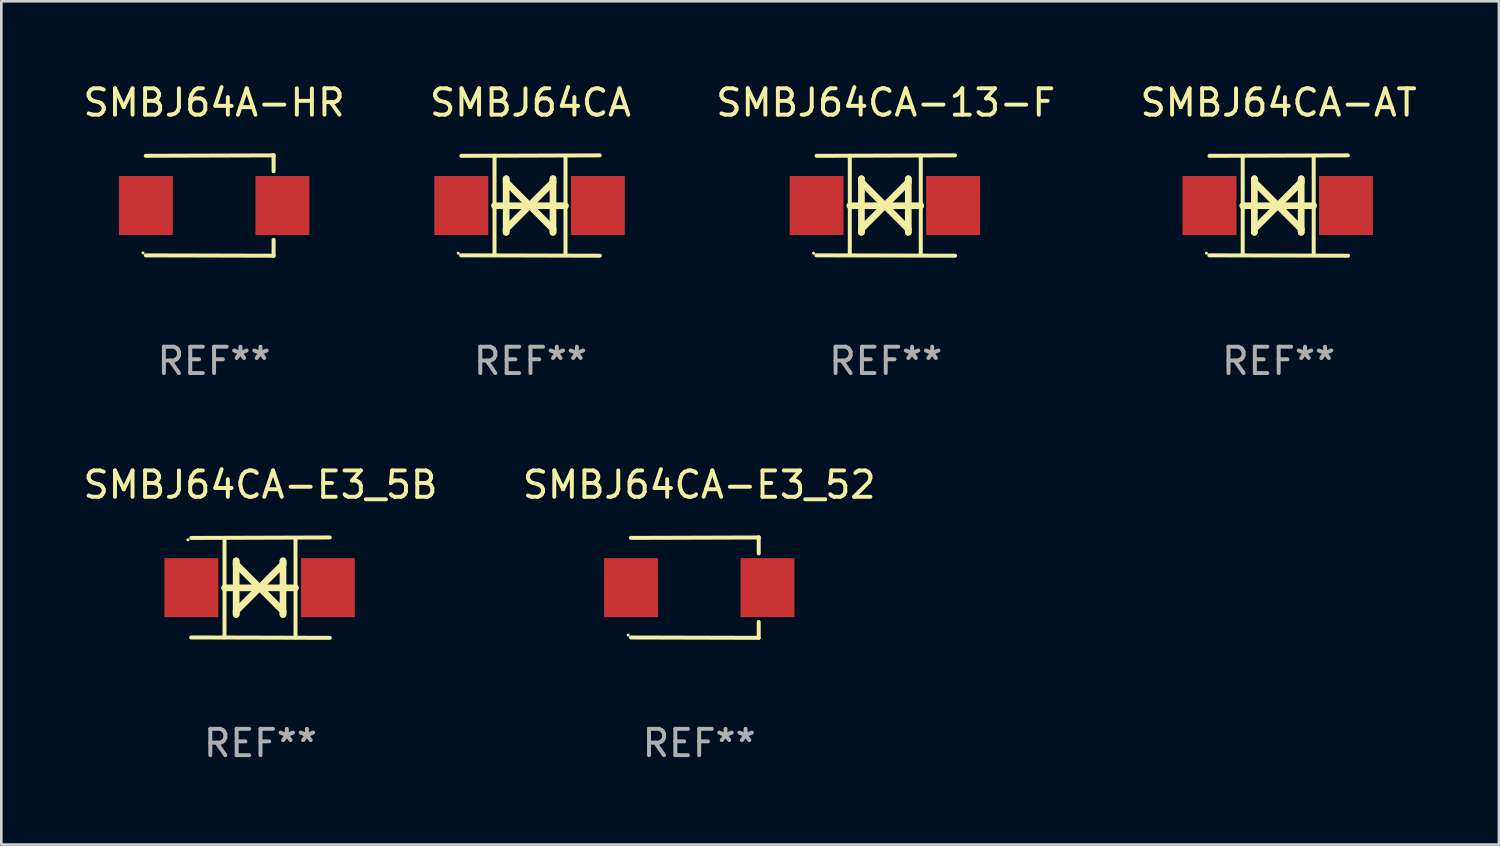
<source format=kicad_pcb>
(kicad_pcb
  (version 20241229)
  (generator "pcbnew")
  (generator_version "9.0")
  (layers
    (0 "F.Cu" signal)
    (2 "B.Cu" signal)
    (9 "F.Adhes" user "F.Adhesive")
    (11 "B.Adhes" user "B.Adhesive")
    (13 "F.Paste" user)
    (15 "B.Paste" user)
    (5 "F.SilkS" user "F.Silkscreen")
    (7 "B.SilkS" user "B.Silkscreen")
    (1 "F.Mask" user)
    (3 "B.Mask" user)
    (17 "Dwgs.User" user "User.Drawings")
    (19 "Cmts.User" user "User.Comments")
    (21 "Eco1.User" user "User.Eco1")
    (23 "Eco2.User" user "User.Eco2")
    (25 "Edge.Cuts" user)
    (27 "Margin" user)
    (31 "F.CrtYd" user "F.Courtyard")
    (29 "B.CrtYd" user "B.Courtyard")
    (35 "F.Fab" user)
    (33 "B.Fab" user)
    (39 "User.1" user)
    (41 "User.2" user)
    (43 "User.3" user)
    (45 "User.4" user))
  (footprint "SMBJ64CA-E3_5B"
    (layer "F.Cu")
    (at 6.839 19.26)
    (property "Reference" "SMBJ64CA-E3_5B" (at 0 -3.905 0) (layer "F.SilkS") (effects (font (size 1 1) (thickness 0.15))))
    (attr through_hole)
    (fp_line (start -1.365 1.886) (end -1.365 -1.886) (stroke (width 0.152) (type solid)) (layer "F.SilkS"))
    (fp_line (start -1.365 0.008) (end 1.33 0.008) (stroke (width 0.254) (type solid)) (layer "F.SilkS"))
    (fp_line (start -0.923 -1.016) (end -0.923 1.016) (stroke (width 0.254) (type solid)) (layer "F.SilkS"))
    (fp_line (start -0.923 -0.889) (end -0.923 -1.016) (stroke (width 0.254) (type solid)) (layer "F.SilkS"))
    (fp_line (start -0.923 0.889) (end -0.034 0) (stroke (width 0.254) (type solid)) (layer "F.SilkS"))
    (fp_line (start -0.923 1.016) (end -0.923 0.889) (stroke (width 0.254) (type solid)) (layer "F.SilkS"))
    (fp_line (start -0.034 0) (end -0.923 -0.889) (stroke (width 0.254) (type solid)) (layer "F.SilkS"))
    (fp_line (start -0.034 0) (end 0.855 0.889) (stroke (width 0.254) (type solid)) (layer "F.SilkS"))
    (fp_line (start 0.855 -1.016) (end 0.855 -0.889) (stroke (width 0.254) (type solid)) (layer "F.SilkS"))
    (fp_line (start 0.855 -0.889) (end -0.034 0) (stroke (width 0.254) (type solid)) (layer "F.SilkS"))
    (fp_line (start 0.855 0.889) (end 0.855 1.016) (stroke (width 0.254) (type solid)) (layer "F.SilkS"))
    (fp_line (start 0.855 1.016) (end 0.855 -1.016) (stroke (width 0.254) (type solid)) (layer "F.SilkS"))
    (fp_line (start 1.33 1.886) (end 1.33 -1.886) (stroke (width 0.152) (type solid)) (layer "F.SilkS"))
    (fp_line (start 2.629 -1.905) (end -2.625 -1.887) (stroke (width 0.152) (type solid)) (layer "F.SilkS"))
    (fp_line (start 2.633 1.905) (end -2.633 1.89) (stroke (width 0.152) (type solid)) (layer "F.SilkS"))
    (fp_circle (center -2.753 -1.816) (end -2.723 -1.816) (stroke (width 0.06) (type solid)) (fill no) (layer "F.SilkS"))
    (fp_text user "REF**" (at 0 5.905 0) (layer "F.Fab") (effects (font (size 1 1) (thickness 0.15))))
    (pad "1" smd rect (at -2.625 0) (size 2.047 2.241) (layers "F.Cu" "F.Mask" "F.Paste"))
    (pad "2" smd rect (at 2.557 0) (size 2.047 2.241) (layers "F.Cu" "F.Mask" "F.Paste")))
  (footprint "SMBJ64CA-AT"
    (layer "F.Cu")
    (at 45.494 4.753)
    (property "Reference" "SMBJ64CA-AT" (at 0 -3.905 0) (layer "F.SilkS") (effects (font (size 1 1) (thickness 0.15))))
    (attr through_hole)
    (fp_line (start -1.365 1.886) (end -1.365 -1.886) (stroke (width 0.152) (type solid)) (layer "F.SilkS"))
    (fp_line (start -1.365 0.008) (end 1.33 0.008) (stroke (width 0.254) (type solid)) (layer "F.SilkS"))
    (fp_line (start -0.923 -1.016) (end -0.923 1.016) (stroke (width 0.254) (type solid)) (layer "F.SilkS"))
    (fp_line (start -0.923 -0.889) (end -0.923 -1.016) (stroke (width 0.254) (type solid)) (layer "F.SilkS"))
    (fp_line (start -0.923 0.889) (end -0.034 0) (stroke (width 0.254) (type solid)) (layer "F.SilkS"))
    (fp_line (start -0.923 1.016) (end -0.923 0.889) (stroke (width 0.254) (type solid)) (layer "F.SilkS"))
    (fp_line (start -0.034 0) (end -0.923 -0.889) (stroke (width 0.254) (type solid)) (layer "F.SilkS"))
    (fp_line (start -0.034 0) (end 0.855 0.889) (stroke (width 0.254) (type solid)) (layer "F.SilkS"))
    (fp_line (start 0.855 -1.016) (end 0.855 -0.889) (stroke (width 0.254) (type solid)) (layer "F.SilkS"))
    (fp_line (start 0.855 -0.889) (end -0.034 0) (stroke (width 0.254) (type solid)) (layer "F.SilkS"))
    (fp_line (start 0.855 0.889) (end 0.855 1.016) (stroke (width 0.254) (type solid)) (layer "F.SilkS"))
    (fp_line (start 0.855 1.016) (end 0.855 -1.016) (stroke (width 0.254) (type solid)) (layer "F.SilkS"))
    (fp_line (start 1.33 1.886) (end 1.33 -1.886) (stroke (width 0.152) (type solid)) (layer "F.SilkS"))
    (fp_line (start 2.629 -1.905) (end -2.625 -1.887) (stroke (width 0.152) (type solid)) (layer "F.SilkS"))
    (fp_line (start 2.633 1.905) (end -2.633 1.89) (stroke (width 0.152) (type solid)) (layer "F.SilkS"))
    (fp_circle (center -2.741 1.81) (end -2.711 1.81) (stroke (width 0.06) (type solid)) (fill no) (layer "F.SilkS"))
    (fp_text user "REF**" (at 0 5.905 0) (layer "F.Fab") (effects (font (size 1 1) (thickness 0.15))))
    (pad "1" smd rect (at -2.625 0) (size 2.047 2.241) (layers "F.Cu" "F.Mask" "F.Paste"))
    (pad "2" smd rect (at 2.557 0) (size 2.047 2.241) (layers "F.Cu" "F.Mask" "F.Paste")))
  (footprint "SMBJ64CA"
    (layer "F.Cu")
    (at 17.089 4.753)
    (property "Reference" "SMBJ64CA" (at 0 -3.905 0) (layer "F.SilkS") (effects (font (size 1 1) (thickness 0.15))))
    (attr through_hole)
    (fp_line (start -1.365 1.886) (end -1.365 -1.886) (stroke (width 0.152) (type solid)) (layer "F.SilkS"))
    (fp_line (start -1.365 0.008) (end 1.33 0.008) (stroke (width 0.254) (type solid)) (layer "F.SilkS"))
    (fp_line (start -0.923 -1.016) (end -0.923 1.016) (stroke (width 0.254) (type solid)) (layer "F.SilkS"))
    (fp_line (start -0.923 -0.889) (end -0.923 -1.016) (stroke (width 0.254) (type solid)) (layer "F.SilkS"))
    (fp_line (start -0.923 0.889) (end -0.034 0) (stroke (width 0.254) (type solid)) (layer "F.SilkS"))
    (fp_line (start -0.923 1.016) (end -0.923 0.889) (stroke (width 0.254) (type solid)) (layer "F.SilkS"))
    (fp_line (start -0.034 0) (end -0.923 -0.889) (stroke (width 0.254) (type solid)) (layer "F.SilkS"))
    (fp_line (start -0.034 0) (end 0.855 0.889) (stroke (width 0.254) (type solid)) (layer "F.SilkS"))
    (fp_line (start 0.855 -1.016) (end 0.855 -0.889) (stroke (width 0.254) (type solid)) (layer "F.SilkS"))
    (fp_line (start 0.855 -0.889) (end -0.034 0) (stroke (width 0.254) (type solid)) (layer "F.SilkS"))
    (fp_line (start 0.855 0.889) (end 0.855 1.016) (stroke (width 0.254) (type solid)) (layer "F.SilkS"))
    (fp_line (start 0.855 1.016) (end 0.855 -1.016) (stroke (width 0.254) (type solid)) (layer "F.SilkS"))
    (fp_line (start 1.33 1.886) (end 1.33 -1.886) (stroke (width 0.152) (type solid)) (layer "F.SilkS"))
    (fp_line (start 2.629 -1.905) (end -2.625 -1.887) (stroke (width 0.152) (type solid)) (layer "F.SilkS"))
    (fp_line (start 2.633 1.905) (end -2.633 1.89) (stroke (width 0.152) (type solid)) (layer "F.SilkS"))
    (fp_circle (center -2.741 1.81) (end -2.711 1.81) (stroke (width 0.06) (type solid)) (fill no) (layer "F.SilkS"))
    (fp_text user "REF**" (at 0 5.905 0) (layer "F.Fab") (effects (font (size 1 1) (thickness 0.15))))
    (pad "1" smd rect (at -2.625 0) (size 2.047 2.241) (layers "F.Cu" "F.Mask" "F.Paste"))
    (pad "2" smd rect (at 2.557 0) (size 2.047 2.241) (layers "F.Cu" "F.Mask" "F.Paste")))
  (footprint "SMBJ64A-HR"
    (layer "F.Cu")
    (at 5.077 4.753)
    (property "Reference" "SMBJ64A-HR" (at 0 -3.905 0) (layer "F.SilkS") (effects (font (size 1 1) (thickness 0.15))))
    (attr through_hole)
    (fp_line (start 2.256 -1.905) (end -2.594 -1.889) (stroke (width 0.152) (type solid)) (layer "F.SilkS"))
    (fp_line (start 2.256 -1.905) (end 2.26 -1.905) (stroke (width 0.152) (type solid)) (layer "F.SilkS"))
    (fp_line (start 2.26 -1.905) (end 2.26 -1.301) (stroke (width 0.152) (type solid)) (layer "F.SilkS"))
    (fp_line (start 2.26 1.301) (end 2.26 1.905) (stroke (width 0.152) (type solid)) (layer "F.SilkS"))
    (fp_line (start 2.26 1.905) (end -2.59 1.892) (stroke (width 0.152) (type solid)) (layer "F.SilkS"))
    (fp_circle (center -2.697 1.8) (end -2.667 1.8) (stroke (width 0.06) (type solid)) (fill no) (layer "F.SilkS"))
    (fp_text user "REF**" (at 0 5.905 0) (layer "F.Fab") (effects (font (size 1 1) (thickness 0.15))))
    (pad "1" smd rect (at -2.588 0) (size 2.047 2.241) (layers "F.Cu" "F.Mask" "F.Paste"))
    (pad "2" smd rect (at 2.594 0) (size 2.047 2.241) (layers "F.Cu" "F.Mask" "F.Paste")))
  (footprint "SMBJ64CA-E3_52"
    (layer "F.Cu")
    (at 23.494 19.26)
    (property "Reference" "SMBJ64CA-E3_52" (at 0 -3.905 0) (layer "F.SilkS") (effects (font (size 1 1) (thickness 0.15))))
    (attr through_hole)
    (fp_line (start 2.256 -1.905) (end -2.594 -1.889) (stroke (width 0.152) (type solid)) (layer "F.SilkS"))
    (fp_line (start 2.256 -1.905) (end 2.26 -1.905) (stroke (width 0.152) (type solid)) (layer "F.SilkS"))
    (fp_line (start 2.26 -1.905) (end 2.26 -1.301) (stroke (width 0.152) (type solid)) (layer "F.SilkS"))
    (fp_line (start 2.26 1.301) (end 2.26 1.905) (stroke (width 0.152) (type solid)) (layer "F.SilkS"))
    (fp_line (start 2.26 1.905) (end -2.59 1.892) (stroke (width 0.152) (type solid)) (layer "F.SilkS"))
    (fp_circle (center -2.697 1.8) (end -2.667 1.8) (stroke (width 0.06) (type solid)) (fill no) (layer "F.SilkS"))
    (fp_text user "REF**" (at 0 5.905 0) (layer "F.Fab") (effects (font (size 1 1) (thickness 0.15))))
    (pad "1" smd rect (at -2.588 0) (size 2.047 2.241) (layers "F.Cu" "F.Mask" "F.Paste"))
    (pad "2" smd rect (at 2.594 0) (size 2.047 2.241) (layers "F.Cu" "F.Mask" "F.Paste")))
  (footprint "SMBJ64CA-13-F"
    (layer "F.Cu")
    (at 30.577 4.753)
    (property "Reference" "SMBJ64CA-13-F" (at 0 -3.905 0) (layer "F.SilkS") (effects (font (size 1 1) (thickness 0.15))))
    (attr through_hole)
    (fp_line (start -1.365 1.886) (end -1.365 -1.886) (stroke (width 0.152) (type solid)) (layer "F.SilkS"))
    (fp_line (start -1.365 0.008) (end 1.33 0.008) (stroke (width 0.254) (type solid)) (layer "F.SilkS"))
    (fp_line (start -0.923 -1.016) (end -0.923 1.016) (stroke (width 0.254) (type solid)) (layer "F.SilkS"))
    (fp_line (start -0.923 -0.889) (end -0.923 -1.016) (stroke (width 0.254) (type solid)) (layer "F.SilkS"))
    (fp_line (start -0.923 0.889) (end -0.034 0) (stroke (width 0.254) (type solid)) (layer "F.SilkS"))
    (fp_line (start -0.923 1.016) (end -0.923 0.889) (stroke (width 0.254) (type solid)) (layer "F.SilkS"))
    (fp_line (start -0.034 0) (end -0.923 -0.889) (stroke (width 0.254) (type solid)) (layer "F.SilkS"))
    (fp_line (start -0.034 0) (end 0.855 0.889) (stroke (width 0.254) (type solid)) (layer "F.SilkS"))
    (fp_line (start 0.855 -1.016) (end 0.855 -0.889) (stroke (width 0.254) (type solid)) (layer "F.SilkS"))
    (fp_line (start 0.855 -0.889) (end -0.034 0) (stroke (width 0.254) (type solid)) (layer "F.SilkS"))
    (fp_line (start 0.855 0.889) (end 0.855 1.016) (stroke (width 0.254) (type solid)) (layer "F.SilkS"))
    (fp_line (start 0.855 1.016) (end 0.855 -1.016) (stroke (width 0.254) (type solid)) (layer "F.SilkS"))
    (fp_line (start 1.33 1.886) (end 1.33 -1.886) (stroke (width 0.152) (type solid)) (layer "F.SilkS"))
    (fp_line (start 2.629 -1.905) (end -2.625 -1.887) (stroke (width 0.152) (type solid)) (layer "F.SilkS"))
    (fp_line (start 2.633 1.905) (end -2.633 1.89) (stroke (width 0.152) (type solid)) (layer "F.SilkS"))
    (fp_circle (center -2.741 1.81) (end -2.711 1.81) (stroke (width 0.06) (type solid)) (fill no) (layer "F.SilkS"))
    (fp_text user "REF**" (at 0 5.905 0) (layer "F.Fab") (effects (font (size 1 1) (thickness 0.15))))
    (pad "1" smd rect (at -2.625 0) (size 2.047 2.241) (layers "F.Cu" "F.Mask" "F.Paste"))
    (pad "2" smd rect (at 2.557 0) (size 2.047 2.241) (layers "F.Cu" "F.Mask" "F.Paste")))
  (gr_rect
    (start -3 -3)
    (end 53.857 29.013)
    (stroke (width 0.1) (type default))
    (fill no)
    (layer "Edge.Cuts")))
</source>
